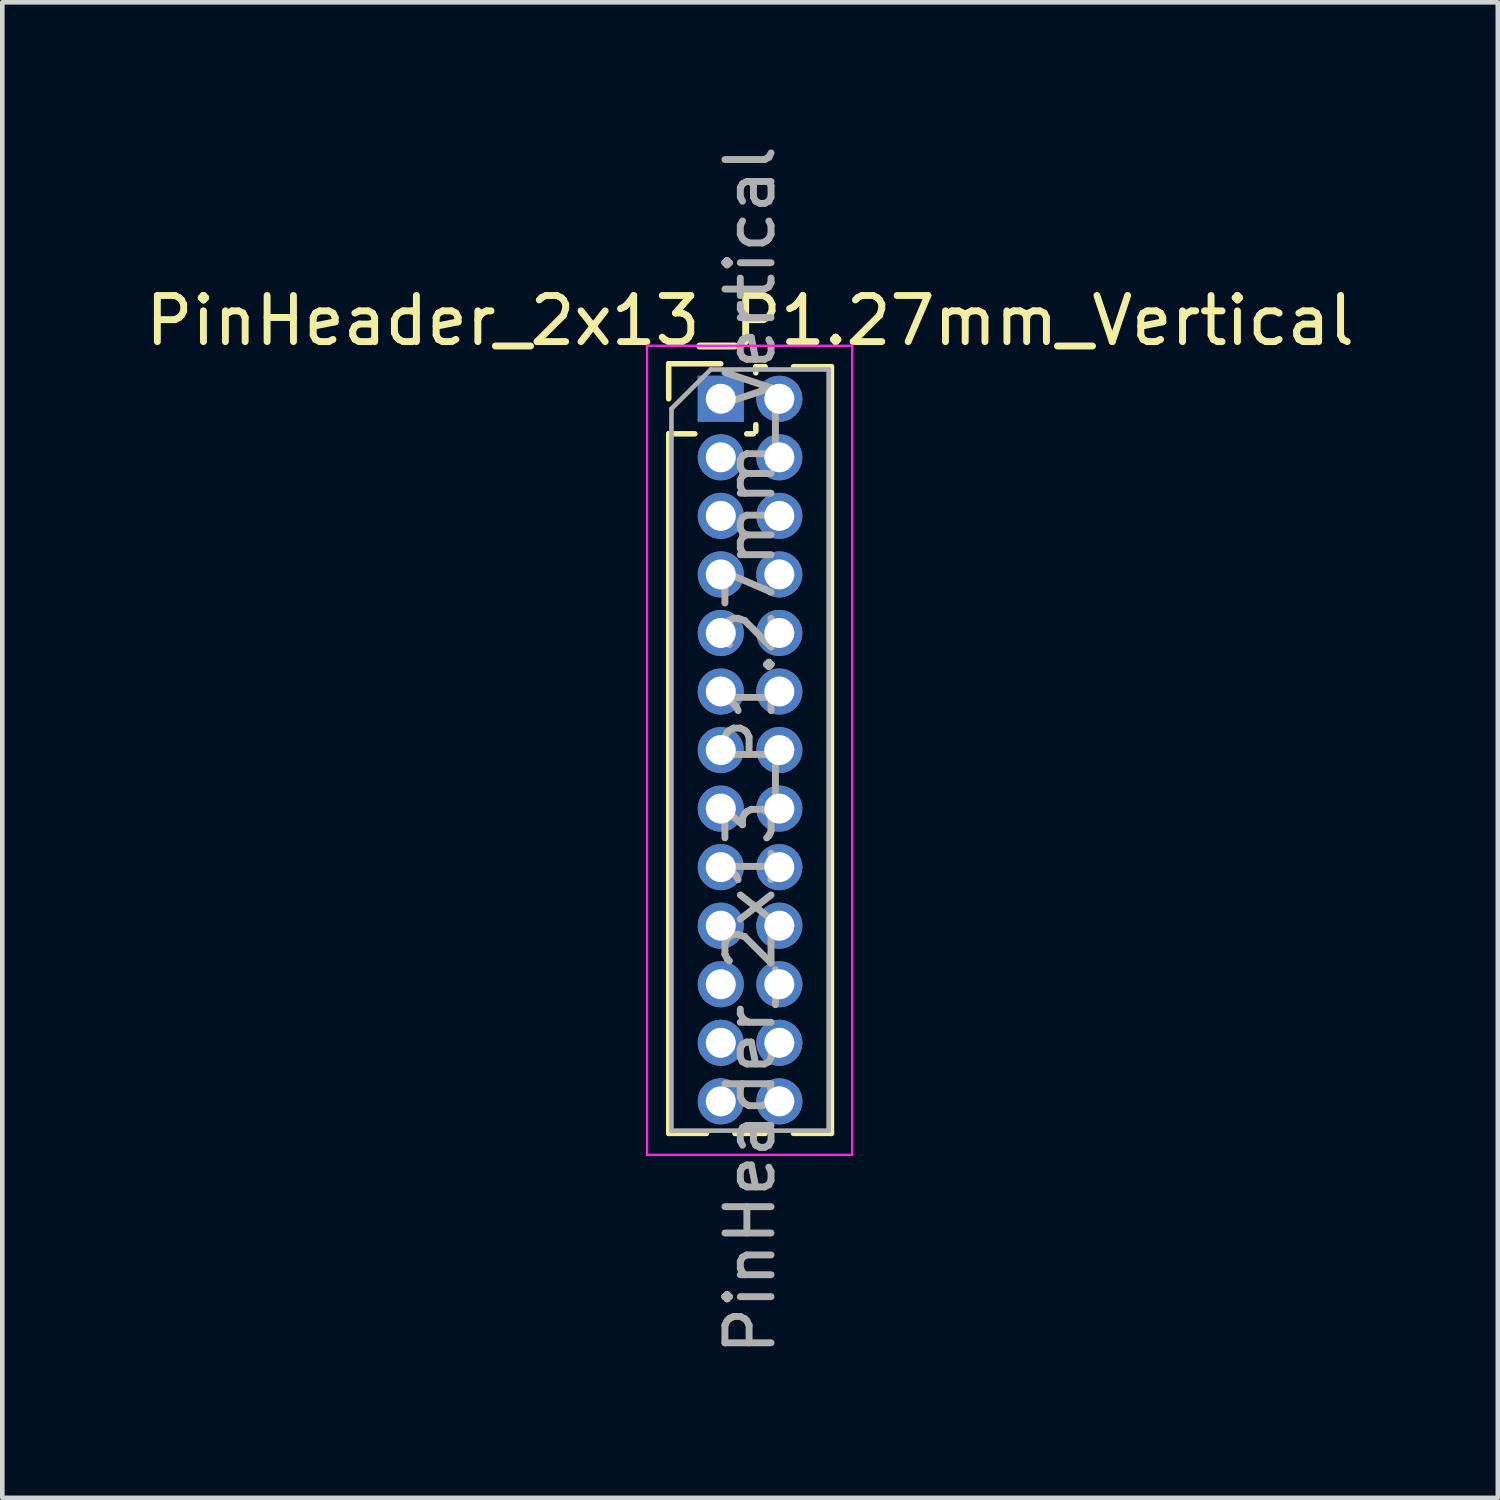
<source format=kicad_pcb>
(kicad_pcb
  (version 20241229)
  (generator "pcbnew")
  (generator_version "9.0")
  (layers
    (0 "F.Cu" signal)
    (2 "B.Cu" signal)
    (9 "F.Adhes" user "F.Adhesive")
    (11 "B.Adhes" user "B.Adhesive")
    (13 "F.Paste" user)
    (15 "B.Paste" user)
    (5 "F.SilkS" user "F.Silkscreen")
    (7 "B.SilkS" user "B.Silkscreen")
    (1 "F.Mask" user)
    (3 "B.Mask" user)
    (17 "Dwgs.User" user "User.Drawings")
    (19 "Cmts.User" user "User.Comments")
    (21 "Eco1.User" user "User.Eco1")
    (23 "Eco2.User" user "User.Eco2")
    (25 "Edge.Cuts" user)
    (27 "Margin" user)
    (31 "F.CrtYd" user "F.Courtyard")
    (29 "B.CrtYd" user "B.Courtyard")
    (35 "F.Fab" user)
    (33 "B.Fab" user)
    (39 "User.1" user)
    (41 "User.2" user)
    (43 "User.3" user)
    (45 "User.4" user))
  (footprint "PinHeader_2x13_P1.27mm_Vertical"
    (layer "F.Cu")
    (at 12.585 5.6)
    (property "Reference" "PinHeader_2x13_P1.27mm_Vertical" (at 0.635 -1.695 0) (layer "F.SilkS") (effects (font (size 1 1) (thickness 0.15))))
    (attr through_hole)
    (fp_line (start -1.13 -0.76) (end 0 -0.76) (stroke (width 0.12) (type solid)) (layer "F.SilkS"))
    (fp_line (start -1.13 0) (end -1.13 -0.76) (stroke (width 0.12) (type solid)) (layer "F.SilkS"))
    (fp_line (start -1.13 0.76) (end -1.13 15.935) (stroke (width 0.12) (type solid)) (layer "F.SilkS"))
    (fp_line (start -1.13 0.76) (end -0.563 0.76) (stroke (width 0.12) (type solid)) (layer "F.SilkS"))
    (fp_line (start -1.13 15.935) (end -0.308 15.935) (stroke (width 0.12) (type solid)) (layer "F.SilkS"))
    (fp_line (start 0.308 15.935) (end 0.962 15.935) (stroke (width 0.12) (type solid)) (layer "F.SilkS"))
    (fp_line (start 0.563 0.76) (end 0.707 0.76) (stroke (width 0.12) (type solid)) (layer "F.SilkS"))
    (fp_line (start 0.76 -0.695) (end 0.962 -0.695) (stroke (width 0.12) (type solid)) (layer "F.SilkS"))
    (fp_line (start 0.76 -0.563) (end 0.76 -0.695) (stroke (width 0.12) (type solid)) (layer "F.SilkS"))
    (fp_line (start 0.76 0.707) (end 0.76 0.563) (stroke (width 0.12) (type solid)) (layer "F.SilkS"))
    (fp_line (start 1.578 -0.695) (end 2.4 -0.695) (stroke (width 0.12) (type solid)) (layer "F.SilkS"))
    (fp_line (start 1.578 15.935) (end 2.4 15.935) (stroke (width 0.12) (type solid)) (layer "F.SilkS"))
    (fp_line (start 2.4 -0.695) (end 2.4 15.935) (stroke (width 0.12) (type solid)) (layer "F.SilkS"))
    (fp_line (start -1.6 -1.15) (end -1.6 16.4) (stroke (width 0.05) (type solid)) (layer "F.CrtYd"))
    (fp_line (start -1.6 16.4) (end 2.85 16.4) (stroke (width 0.05) (type solid)) (layer "F.CrtYd"))
    (fp_line (start 2.85 -1.15) (end -1.6 -1.15) (stroke (width 0.05) (type solid)) (layer "F.CrtYd"))
    (fp_line (start 2.85 16.4) (end 2.85 -1.15) (stroke (width 0.05) (type solid)) (layer "F.CrtYd"))
    (fp_line (start -1.07 0.217) (end -0.217 -0.635) (stroke (width 0.1) (type solid)) (layer "F.Fab"))
    (fp_line (start -1.07 15.875) (end -1.07 0.217) (stroke (width 0.1) (type solid)) (layer "F.Fab"))
    (fp_line (start -0.217 -0.635) (end 2.34 -0.635) (stroke (width 0.1) (type solid)) (layer "F.Fab"))
    (fp_line (start 2.34 -0.635) (end 2.34 15.875) (stroke (width 0.1) (type solid)) (layer "F.Fab"))
    (fp_line (start 2.34 15.875) (end -1.07 15.875) (stroke (width 0.1) (type solid)) (layer "F.Fab"))
    (fp_text user "${REFERENCE}" (at 0.635 7.62 90) (layer "F.Fab") (effects (font (size 1 1) (thickness 0.15))))
    (pad "1" thru_hole rect (at 0 0) (size 1 1) (drill 0.65) (layers "*.Cu" "*.Mask"))
    (pad "2" thru_hole oval (at 1.27 0) (size 1 1) (drill 0.65) (layers "*.Cu" "*.Mask"))
    (pad "3" thru_hole oval (at 0 1.27) (size 1 1) (drill 0.65) (layers "*.Cu" "*.Mask"))
    (pad "4" thru_hole oval (at 1.27 1.27) (size 1 1) (drill 0.65) (layers "*.Cu" "*.Mask"))
    (pad "5" thru_hole oval (at 0 2.54) (size 1 1) (drill 0.65) (layers "*.Cu" "*.Mask"))
    (pad "6" thru_hole oval (at 1.27 2.54) (size 1 1) (drill 0.65) (layers "*.Cu" "*.Mask"))
    (pad "7" thru_hole oval (at 0 3.81) (size 1 1) (drill 0.65) (layers "*.Cu" "*.Mask"))
    (pad "8" thru_hole oval (at 1.27 3.81) (size 1 1) (drill 0.65) (layers "*.Cu" "*.Mask"))
    (pad "9" thru_hole oval (at 0 5.08) (size 1 1) (drill 0.65) (layers "*.Cu" "*.Mask"))
    (pad "10" thru_hole oval (at 1.27 5.08) (size 1 1) (drill 0.65) (layers "*.Cu" "*.Mask"))
    (pad "11" thru_hole oval (at 0 6.35) (size 1 1) (drill 0.65) (layers "*.Cu" "*.Mask"))
    (pad "12" thru_hole oval (at 1.27 6.35) (size 1 1) (drill 0.65) (layers "*.Cu" "*.Mask"))
    (pad "13" thru_hole oval (at 0 7.62) (size 1 1) (drill 0.65) (layers "*.Cu" "*.Mask"))
    (pad "14" thru_hole oval (at 1.27 7.62) (size 1 1) (drill 0.65) (layers "*.Cu" "*.Mask"))
    (pad "15" thru_hole oval (at 0 8.89) (size 1 1) (drill 0.65) (layers "*.Cu" "*.Mask"))
    (pad "16" thru_hole oval (at 1.27 8.89) (size 1 1) (drill 0.65) (layers "*.Cu" "*.Mask"))
    (pad "17" thru_hole oval (at 0 10.16) (size 1 1) (drill 0.65) (layers "*.Cu" "*.Mask"))
    (pad "18" thru_hole oval (at 1.27 10.16) (size 1 1) (drill 0.65) (layers "*.Cu" "*.Mask"))
    (pad "19" thru_hole oval (at 0 11.43) (size 1 1) (drill 0.65) (layers "*.Cu" "*.Mask"))
    (pad "20" thru_hole oval (at 1.27 11.43) (size 1 1) (drill 0.65) (layers "*.Cu" "*.Mask"))
    (pad "21" thru_hole oval (at 0 12.7) (size 1 1) (drill 0.65) (layers "*.Cu" "*.Mask"))
    (pad "22" thru_hole oval (at 1.27 12.7) (size 1 1) (drill 0.65) (layers "*.Cu" "*.Mask"))
    (pad "23" thru_hole oval (at 0 13.97) (size 1 1) (drill 0.65) (layers "*.Cu" "*.Mask"))
    (pad "24" thru_hole oval (at 1.27 13.97) (size 1 1) (drill 0.65) (layers "*.Cu" "*.Mask"))
    (pad "25" thru_hole oval (at 0 15.24) (size 1 1) (drill 0.65) (layers "*.Cu" "*.Mask"))
    (pad "26" thru_hole oval (at 1.27 15.24) (size 1 1) (drill 0.65) (layers "*.Cu" "*.Mask")))
  (gr_rect
    (start -3 -3)
    (end 29.44 29.44)
    (stroke (width 0.1) (type default))
    (fill no)
    (layer "Edge.Cuts")))
</source>
